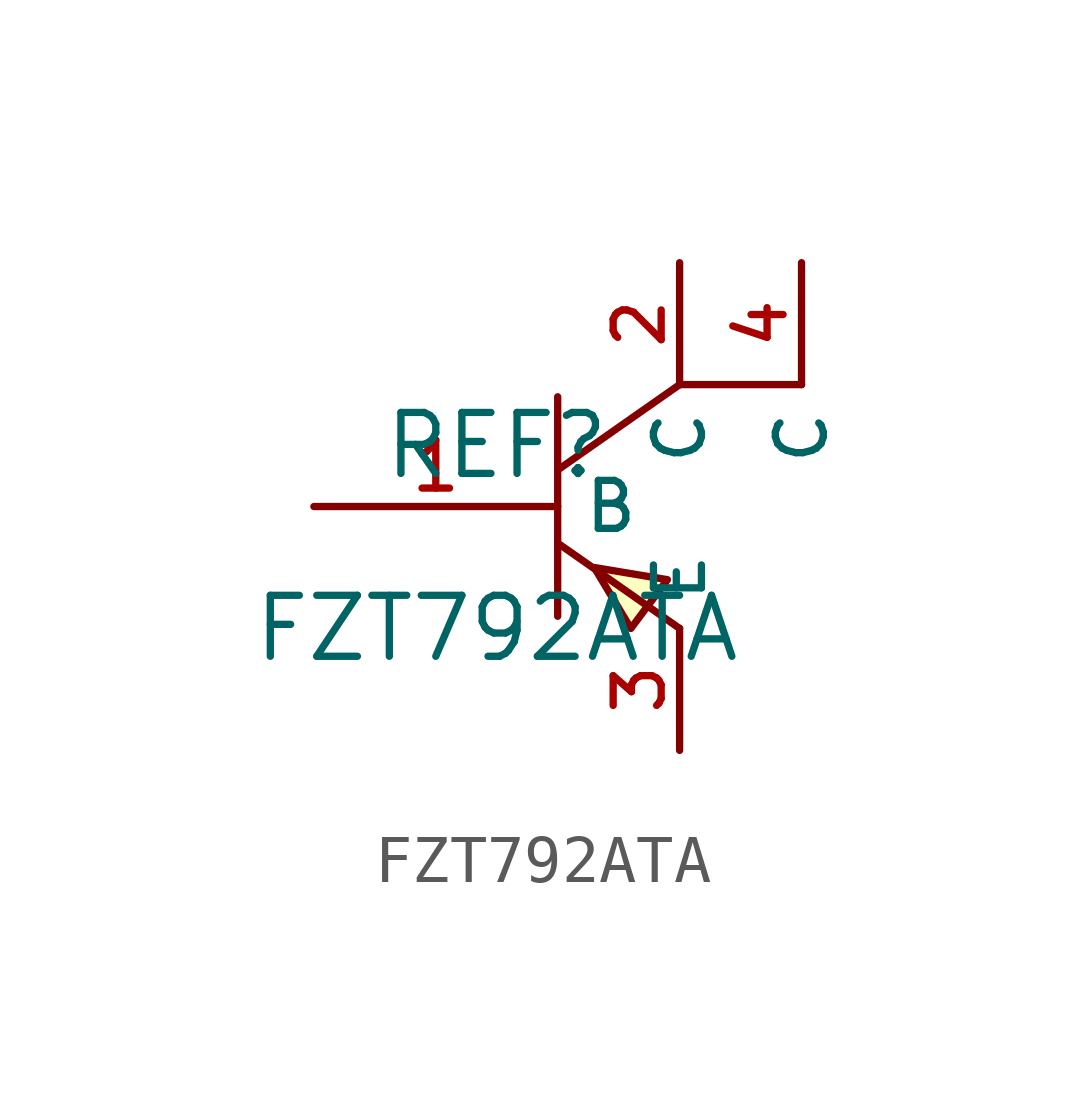
<source format=kicad_sym>
(kicad_symbol_lib
  (version 20210201)
  (generator TousstNicolas/JLC2KiCad_lib)
  (symbol "FZT792ATA"
    (property "Reference" "REF"
      (at 0 1.27 0)
      (effects (font (size 1.27 1.27))))
    (property "Value" "FZT792ATA"
      (at 0 -2.54 0)
      (effects (font (size 1.27 1.27))))
    (symbol "FZT792ATA_0_1"
      (pin unspecified line (at 3.81 5.08 270) (length 2.54) (name "C" (effects (font (size 1 1)))) (number "2" (effects (font (size 1 1)))))
      (pin unspecified line (at -3.81 -0.0 0) (length 5.08) (name "B" (effects (font (size 1 1)))) (number "1" (effects (font (size 1 1)))))
      (pin unspecified line (at 3.81 -5.08 90) (length 2.54) (name "E" (effects (font (size 1 1)))) (number "3" (effects (font (size 1 1)))))
      (polyline (pts (xy 3.81 2.54) (xy 1.27 0.762)) (stroke (width 0) (type default) (color 0 0 0 0)) (fill (type none)))
      (polyline (pts (xy 1.27 -0.762) (xy 3.81 -2.54)) (stroke (width 0) (type default) (color 0 0 0 0)) (fill (type none)))
      (polyline (pts (xy 1.27 2.286) (xy 1.27 -2.286)) (stroke (width 0) (type default) (color 0 0 0 0)) (fill (type none)))
      (polyline (pts (xy 2.032 -1.27) (xy 2.794 -2.54) (xy 3.556 -1.524) (xy 2.032 -1.27)) (stroke (width 0) (type default) (color 0 0 0 0)) (fill (type background)))
      (pin unspecified line (at 6.35 5.08 270) (length 2.54) (name "C" (effects (font (size 1 1)))) (number "4" (effects (font (size 1 1)))))
      (polyline (pts (xy 3.81 2.54) (xy 6.35 2.54)) (stroke (width 0) (type default) (color 0 0 0 0)) (fill (type none))))))
</source>
